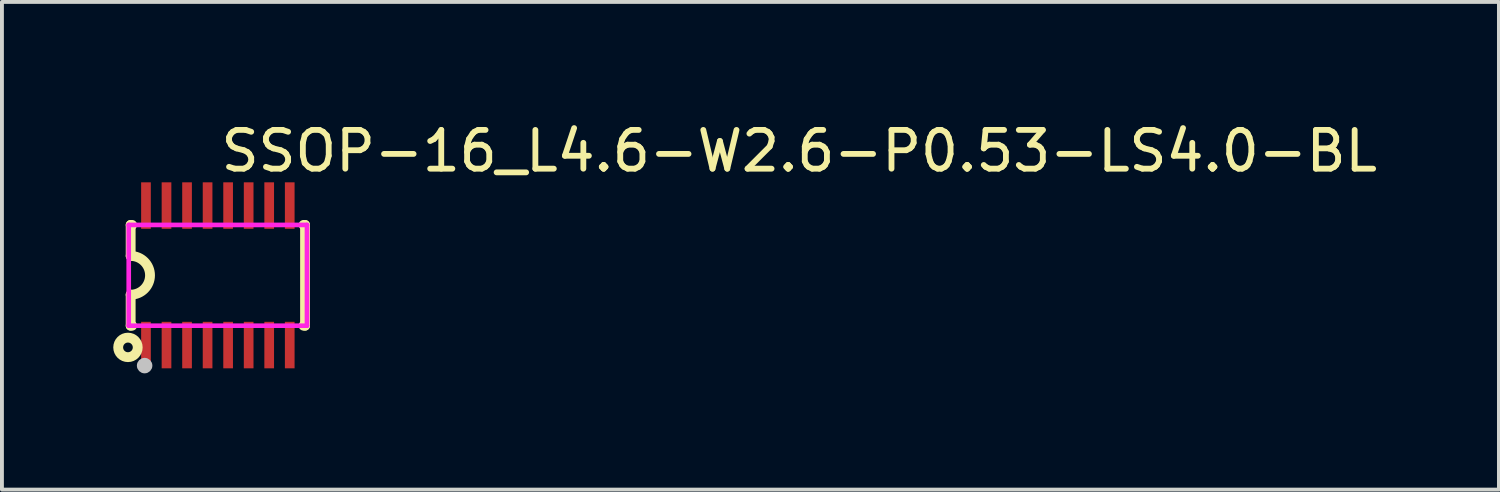
<source format=kicad_pcb>
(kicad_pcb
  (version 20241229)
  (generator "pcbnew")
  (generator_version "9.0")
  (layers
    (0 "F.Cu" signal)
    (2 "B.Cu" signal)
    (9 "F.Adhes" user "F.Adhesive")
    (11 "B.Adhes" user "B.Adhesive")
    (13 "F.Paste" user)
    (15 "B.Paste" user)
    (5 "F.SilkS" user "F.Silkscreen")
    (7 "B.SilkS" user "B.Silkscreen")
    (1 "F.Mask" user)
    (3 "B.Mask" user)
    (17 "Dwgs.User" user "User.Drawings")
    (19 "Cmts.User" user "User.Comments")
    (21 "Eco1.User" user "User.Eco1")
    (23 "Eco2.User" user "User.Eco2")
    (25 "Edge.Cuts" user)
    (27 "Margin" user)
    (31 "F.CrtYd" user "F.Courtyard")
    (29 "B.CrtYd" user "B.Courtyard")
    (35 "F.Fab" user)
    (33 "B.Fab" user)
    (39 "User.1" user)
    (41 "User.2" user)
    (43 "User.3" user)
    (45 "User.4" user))
  (footprint "SSOP-16_L4.6-W2.6-P0.53-LS4.0-BL"
    (layer "F.Cu")
    (at 2.572 4.055)
    (property "Reference" "SSOP-16_L4.6-W2.6-P0.53-LS4.0-BL" (at 0 -3.207 0) (layer "F.SilkS") (effects (font (size 1 1) (thickness 0.15)) (justify left)))
    (attr through_hole)
    (fp_line (start -2.25 -1.3) (end -2.25 -0.5) (stroke (width 0.254) (type solid)) (layer "F.SilkS"))
    (fp_line (start -2.25 -1.3) (end -2.211 -1.3) (stroke (width 0.254) (type solid)) (layer "F.SilkS"))
    (fp_line (start -2.25 1.3) (end -2.25 0.5) (stroke (width 0.254) (type solid)) (layer "F.SilkS"))
    (fp_line (start -2.25 1.3) (end -2.211 1.3) (stroke (width 0.254) (type solid)) (layer "F.SilkS"))
    (fp_line (start 2.211 -1.3) (end 2.25 -1.3) (stroke (width 0.254) (type solid)) (layer "F.SilkS"))
    (fp_line (start 2.25 -1.3) (end 2.25 1.3) (stroke (width 0.254) (type solid)) (layer "F.SilkS"))
    (fp_line (start 2.25 1.3) (end 2.211 1.3) (stroke (width 0.254) (type solid)) (layer "F.SilkS"))
    (fp_arc (start -2.25 -0.5) (mid -1.753984 0.000444) (end -2.250887 0.500006) (stroke (width 0.254) (type solid)) (layer "F.SilkS"))
    (fp_circle (center -2.32 1.86) (end -2.195 1.86) (stroke (width 0.254) (type solid)) (fill no) (layer "F.SilkS"))
    (fp_circle (center -1.89 2.33) (end -1.79 2.33) (stroke (width 0.2) (type solid)) (fill no) (layer "Dwgs.User"))
    (fp_line (start -1.96 -1.51) (end -1.75 -1.51) (stroke (width 0.12) (type solid)) (layer "Eco2.User"))
    (fp_line (start -1.96 -1.29) (end -1.96 -1.51) (stroke (width 0.12) (type solid)) (layer "Eco2.User"))
    (fp_line (start -1.96 1.29) (end -1.75 1.29) (stroke (width 0.12) (type solid)) (layer "Eco2.User"))
    (fp_line (start -1.96 1.51) (end -1.96 1.29) (stroke (width 0.12) (type solid)) (layer "Eco2.User"))
    (fp_line (start -1.75 -1.51) (end -1.75 -1.29) (stroke (width 0.12) (type solid)) (layer "Eco2.User"))
    (fp_line (start -1.75 -1.29) (end -1.96 -1.29) (stroke (width 0.12) (type solid)) (layer "Eco2.User"))
    (fp_line (start -1.75 1.29) (end -1.75 1.51) (stroke (width 0.12) (type solid)) (layer "Eco2.User"))
    (fp_line (start -1.75 1.51) (end -1.96 1.51) (stroke (width 0.12) (type solid)) (layer "Eco2.User"))
    (fp_line (start -1.43 -1.51) (end -1.22 -1.51) (stroke (width 0.12) (type solid)) (layer "Eco2.User"))
    (fp_line (start -1.43 -1.29) (end -1.43 -1.51) (stroke (width 0.12) (type solid)) (layer "Eco2.User"))
    (fp_line (start -1.43 1.29) (end -1.22 1.29) (stroke (width 0.12) (type solid)) (layer "Eco2.User"))
    (fp_line (start -1.43 1.51) (end -1.43 1.29) (stroke (width 0.12) (type solid)) (layer "Eco2.User"))
    (fp_line (start -1.22 -1.51) (end -1.22 -1.29) (stroke (width 0.12) (type solid)) (layer "Eco2.User"))
    (fp_line (start -1.22 -1.29) (end -1.43 -1.29) (stroke (width 0.12) (type solid)) (layer "Eco2.User"))
    (fp_line (start -1.22 1.29) (end -1.22 1.51) (stroke (width 0.12) (type solid)) (layer "Eco2.User"))
    (fp_line (start -1.22 1.51) (end -1.43 1.51) (stroke (width 0.12) (type solid)) (layer "Eco2.User"))
    (fp_line (start -0.9 -1.51) (end -0.69 -1.51) (stroke (width 0.12) (type solid)) (layer "Eco2.User"))
    (fp_line (start -0.9 -1.29) (end -0.9 -1.51) (stroke (width 0.12) (type solid)) (layer "Eco2.User"))
    (fp_line (start -0.9 1.29) (end -0.69 1.29) (stroke (width 0.12) (type solid)) (layer "Eco2.User"))
    (fp_line (start -0.9 1.51) (end -0.9 1.29) (stroke (width 0.12) (type solid)) (layer "Eco2.User"))
    (fp_line (start -0.69 -1.51) (end -0.69 -1.29) (stroke (width 0.12) (type solid)) (layer "Eco2.User"))
    (fp_line (start -0.69 -1.29) (end -0.9 -1.29) (stroke (width 0.12) (type solid)) (layer "Eco2.User"))
    (fp_line (start -0.69 1.29) (end -0.69 1.51) (stroke (width 0.12) (type solid)) (layer "Eco2.User"))
    (fp_line (start -0.69 1.51) (end -0.9 1.51) (stroke (width 0.12) (type solid)) (layer "Eco2.User"))
    (fp_line (start -0.37 -1.51) (end -0.16 -1.51) (stroke (width 0.12) (type solid)) (layer "Eco2.User"))
    (fp_line (start -0.37 -1.29) (end -0.37 -1.51) (stroke (width 0.12) (type solid)) (layer "Eco2.User"))
    (fp_line (start -0.37 1.29) (end -0.16 1.29) (stroke (width 0.12) (type solid)) (layer "Eco2.User"))
    (fp_line (start -0.37 1.51) (end -0.37 1.29) (stroke (width 0.12) (type solid)) (layer "Eco2.User"))
    (fp_line (start -0.16 -1.51) (end -0.16 -1.29) (stroke (width 0.12) (type solid)) (layer "Eco2.User"))
    (fp_line (start -0.16 -1.29) (end -0.37 -1.29) (stroke (width 0.12) (type solid)) (layer "Eco2.User"))
    (fp_line (start -0.16 1.29) (end -0.16 1.51) (stroke (width 0.12) (type solid)) (layer "Eco2.User"))
    (fp_line (start -0.16 1.51) (end -0.37 1.51) (stroke (width 0.12) (type solid)) (layer "Eco2.User"))
    (fp_line (start 0.16 -1.51) (end 0.37 -1.51) (stroke (width 0.12) (type solid)) (layer "Eco2.User"))
    (fp_line (start 0.16 -1.29) (end 0.16 -1.51) (stroke (width 0.12) (type solid)) (layer "Eco2.User"))
    (fp_line (start 0.16 1.29) (end 0.37 1.29) (stroke (width 0.12) (type solid)) (layer "Eco2.User"))
    (fp_line (start 0.16 1.51) (end 0.16 1.29) (stroke (width 0.12) (type solid)) (layer "Eco2.User"))
    (fp_line (start 0.37 -1.51) (end 0.37 -1.29) (stroke (width 0.12) (type solid)) (layer "Eco2.User"))
    (fp_line (start 0.37 -1.29) (end 0.16 -1.29) (stroke (width 0.12) (type solid)) (layer "Eco2.User"))
    (fp_line (start 0.37 1.29) (end 0.37 1.51) (stroke (width 0.12) (type solid)) (layer "Eco2.User"))
    (fp_line (start 0.37 1.51) (end 0.16 1.51) (stroke (width 0.12) (type solid)) (layer "Eco2.User"))
    (fp_line (start 0.69 -1.51) (end 0.9 -1.51) (stroke (width 0.12) (type solid)) (layer "Eco2.User"))
    (fp_line (start 0.69 -1.29) (end 0.69 -1.51) (stroke (width 0.12) (type solid)) (layer "Eco2.User"))
    (fp_line (start 0.69 1.29) (end 0.9 1.29) (stroke (width 0.12) (type solid)) (layer "Eco2.User"))
    (fp_line (start 0.69 1.51) (end 0.69 1.29) (stroke (width 0.12) (type solid)) (layer "Eco2.User"))
    (fp_line (start 0.9 -1.51) (end 0.9 -1.29) (stroke (width 0.12) (type solid)) (layer "Eco2.User"))
    (fp_line (start 0.9 -1.29) (end 0.69 -1.29) (stroke (width 0.12) (type solid)) (layer "Eco2.User"))
    (fp_line (start 0.9 1.29) (end 0.9 1.51) (stroke (width 0.12) (type solid)) (layer "Eco2.User"))
    (fp_line (start 0.9 1.51) (end 0.69 1.51) (stroke (width 0.12) (type solid)) (layer "Eco2.User"))
    (fp_line (start 1.22 -1.51) (end 1.43 -1.51) (stroke (width 0.12) (type solid)) (layer "Eco2.User"))
    (fp_line (start 1.22 -1.29) (end 1.22 -1.51) (stroke (width 0.12) (type solid)) (layer "Eco2.User"))
    (fp_line (start 1.22 1.29) (end 1.43 1.29) (stroke (width 0.12) (type solid)) (layer "Eco2.User"))
    (fp_line (start 1.22 1.51) (end 1.22 1.29) (stroke (width 0.12) (type solid)) (layer "Eco2.User"))
    (fp_line (start 1.43 -1.51) (end 1.43 -1.29) (stroke (width 0.12) (type solid)) (layer "Eco2.User"))
    (fp_line (start 1.43 -1.29) (end 1.22 -1.29) (stroke (width 0.12) (type solid)) (layer "Eco2.User"))
    (fp_line (start 1.43 1.29) (end 1.43 1.51) (stroke (width 0.12) (type solid)) (layer "Eco2.User"))
    (fp_line (start 1.43 1.51) (end 1.22 1.51) (stroke (width 0.12) (type solid)) (layer "Eco2.User"))
    (fp_line (start 1.75 -1.51) (end 1.96 -1.51) (stroke (width 0.12) (type solid)) (layer "Eco2.User"))
    (fp_line (start 1.75 -1.29) (end 1.75 -1.51) (stroke (width 0.12) (type solid)) (layer "Eco2.User"))
    (fp_line (start 1.75 1.29) (end 1.96 1.29) (stroke (width 0.12) (type solid)) (layer "Eco2.User"))
    (fp_line (start 1.75 1.51) (end 1.75 1.29) (stroke (width 0.12) (type solid)) (layer "Eco2.User"))
    (fp_line (start 1.96 -1.51) (end 1.96 -1.29) (stroke (width 0.12) (type solid)) (layer "Eco2.User"))
    (fp_line (start 1.96 -1.29) (end 1.75 -1.29) (stroke (width 0.12) (type solid)) (layer "Eco2.User"))
    (fp_line (start 1.96 1.29) (end 1.96 1.51) (stroke (width 0.12) (type solid)) (layer "Eco2.User"))
    (fp_line (start 1.96 1.51) (end 1.75 1.51) (stroke (width 0.12) (type solid)) (layer "Eco2.User"))
    (fp_circle (center -2.27 1.97) (end -2.24 1.97) (stroke (width 0.06) (type solid)) (fill no) (layer "Eco2.User"))
    (fp_poly (pts (xy -1.96 -1.5) (xy -1.96 -2) (xy -1.75 -2) (xy -1.75 -1.5)) (stroke (width 0.12) (type solid)) (fill no) (layer "Eco2.User"))
    (fp_poly (pts (xy -1.96 2) (xy -1.96 1.5) (xy -1.75 1.5) (xy -1.75 2)) (stroke (width 0.12) (type solid)) (fill no) (layer "Eco2.User"))
    (fp_poly (pts (xy -1.43 -1.5) (xy -1.43 -2) (xy -1.22 -2) (xy -1.22 -1.5)) (stroke (width 0.12) (type solid)) (fill no) (layer "Eco2.User"))
    (fp_poly (pts (xy -1.43 2) (xy -1.43 1.5) (xy -1.22 1.5) (xy -1.22 2)) (stroke (width 0.12) (type solid)) (fill no) (layer "Eco2.User"))
    (fp_poly (pts (xy -0.9 -1.5) (xy -0.9 -2) (xy -0.69 -2) (xy -0.69 -1.5)) (stroke (width 0.12) (type solid)) (fill no) (layer "Eco2.User"))
    (fp_poly (pts (xy -0.9 2) (xy -0.9 1.5) (xy -0.69 1.5) (xy -0.69 2)) (stroke (width 0.12) (type solid)) (fill no) (layer "Eco2.User"))
    (fp_poly (pts (xy -0.37 -1.5) (xy -0.37 -2) (xy -0.16 -2) (xy -0.16 -1.5)) (stroke (width 0.12) (type solid)) (fill no) (layer "Eco2.User"))
    (fp_poly (pts (xy -0.37 2) (xy -0.37 1.5) (xy -0.16 1.5) (xy -0.16 2)) (stroke (width 0.12) (type solid)) (fill no) (layer "Eco2.User"))
    (fp_poly (pts (xy 0.16 -1.5) (xy 0.16 -2) (xy 0.37 -2) (xy 0.37 -1.5)) (stroke (width 0.12) (type solid)) (fill no) (layer "Eco2.User"))
    (fp_poly (pts (xy 0.16 2) (xy 0.16 1.5) (xy 0.37 1.5) (xy 0.37 2)) (stroke (width 0.12) (type solid)) (fill no) (layer "Eco2.User"))
    (fp_poly (pts (xy 0.69 -1.5) (xy 0.69 -2) (xy 0.9 -2) (xy 0.9 -1.5)) (stroke (width 0.12) (type solid)) (fill no) (layer "Eco2.User"))
    (fp_poly (pts (xy 0.69 2) (xy 0.69 1.5) (xy 0.9 1.5) (xy 0.9 2)) (stroke (width 0.12) (type solid)) (fill no) (layer "Eco2.User"))
    (fp_poly (pts (xy 1.22 -1.5) (xy 1.22 -2) (xy 1.43 -2) (xy 1.43 -1.5)) (stroke (width 0.12) (type solid)) (fill no) (layer "Eco2.User"))
    (fp_poly (pts (xy 1.22 2) (xy 1.22 1.5) (xy 1.43 1.5) (xy 1.43 2)) (stroke (width 0.12) (type solid)) (fill no) (layer "Eco2.User"))
    (fp_poly (pts (xy 1.75 -1.5) (xy 1.75 -2) (xy 1.96 -2) (xy 1.96 -1.5)) (stroke (width 0.12) (type solid)) (fill no) (layer "Eco2.User"))
    (fp_poly (pts (xy 1.75 2) (xy 1.75 1.5) (xy 1.96 1.5) (xy 1.96 2)) (stroke (width 0.12) (type solid)) (fill no) (layer "Eco2.User"))
    (fp_line (start -2.3 -1.3) (end 2.3 -1.3) (stroke (width 0.12) (type solid)) (layer "F.CrtYd"))
    (fp_line (start -2.3 1.3) (end -2.3 -1.3) (stroke (width 0.12) (type solid)) (layer "F.CrtYd"))
    (fp_line (start 2.3 -1.3) (end 2.3 1.3) (stroke (width 0.12) (type solid)) (layer "F.CrtYd"))
    (fp_line (start 2.3 1.3) (end -2.3 1.3) (stroke (width 0.12) (type solid)) (layer "F.CrtYd"))
    (pad "1" smd rect (at -1.855 1.8 90) (size 1.2 0.25) (layers "F.Cu" "F.Mask" "F.Paste"))
    (pad "2" smd rect (at -1.325 1.8 90) (size 1.2 0.25) (layers "F.Cu" "F.Mask" "F.Paste"))
    (pad "3" smd rect (at -0.795 1.8 90) (size 1.2 0.25) (layers "F.Cu" "F.Mask" "F.Paste"))
    (pad "4" smd rect (at -0.265 1.8 90) (size 1.2 0.25) (layers "F.Cu" "F.Mask" "F.Paste"))
    (pad "5" smd rect (at 0.265 1.8 90) (size 1.2 0.25) (layers "F.Cu" "F.Mask" "F.Paste"))
    (pad "6" smd rect (at 0.795 1.8 90) (size 1.2 0.25) (layers "F.Cu" "F.Mask" "F.Paste"))
    (pad "7" smd rect (at 1.325 1.8 90) (size 1.2 0.25) (layers "F.Cu" "F.Mask" "F.Paste"))
    (pad "8" smd rect (at 1.855 1.8 90) (size 1.2 0.25) (layers "F.Cu" "F.Mask" "F.Paste"))
    (pad "9" smd rect (at 1.855 -1.8 90) (size 1.2 0.25) (layers "F.Cu" "F.Mask" "F.Paste"))
    (pad "10" smd rect (at 1.325 -1.8 90) (size 1.2 0.25) (layers "F.Cu" "F.Mask" "F.Paste"))
    (pad "11" smd rect (at 0.795 -1.8 90) (size 1.2 0.25) (layers "F.Cu" "F.Mask" "F.Paste"))
    (pad "12" smd rect (at 0.265 -1.8 90) (size 1.2 0.25) (layers "F.Cu" "F.Mask" "F.Paste"))
    (pad "13" smd rect (at -0.265 -1.8 90) (size 1.2 0.25) (layers "F.Cu" "F.Mask" "F.Paste"))
    (pad "14" smd rect (at -0.795 -1.8 90) (size 1.2 0.25) (layers "F.Cu" "F.Mask" "F.Paste"))
    (pad "15" smd rect (at -1.325 -1.8 90) (size 1.2 0.25) (layers "F.Cu" "F.Mask" "F.Paste"))
    (pad "16" smd rect (at -1.855 -1.8 90) (size 1.2 0.25) (layers "F.Cu" "F.Mask" "F.Paste")))
  (gr_rect
    (start -3 -3)
    (end 35.632 9.585)
    (stroke (width 0.1) (type default))
    (fill no)
    (layer "Edge.Cuts")))
</source>
